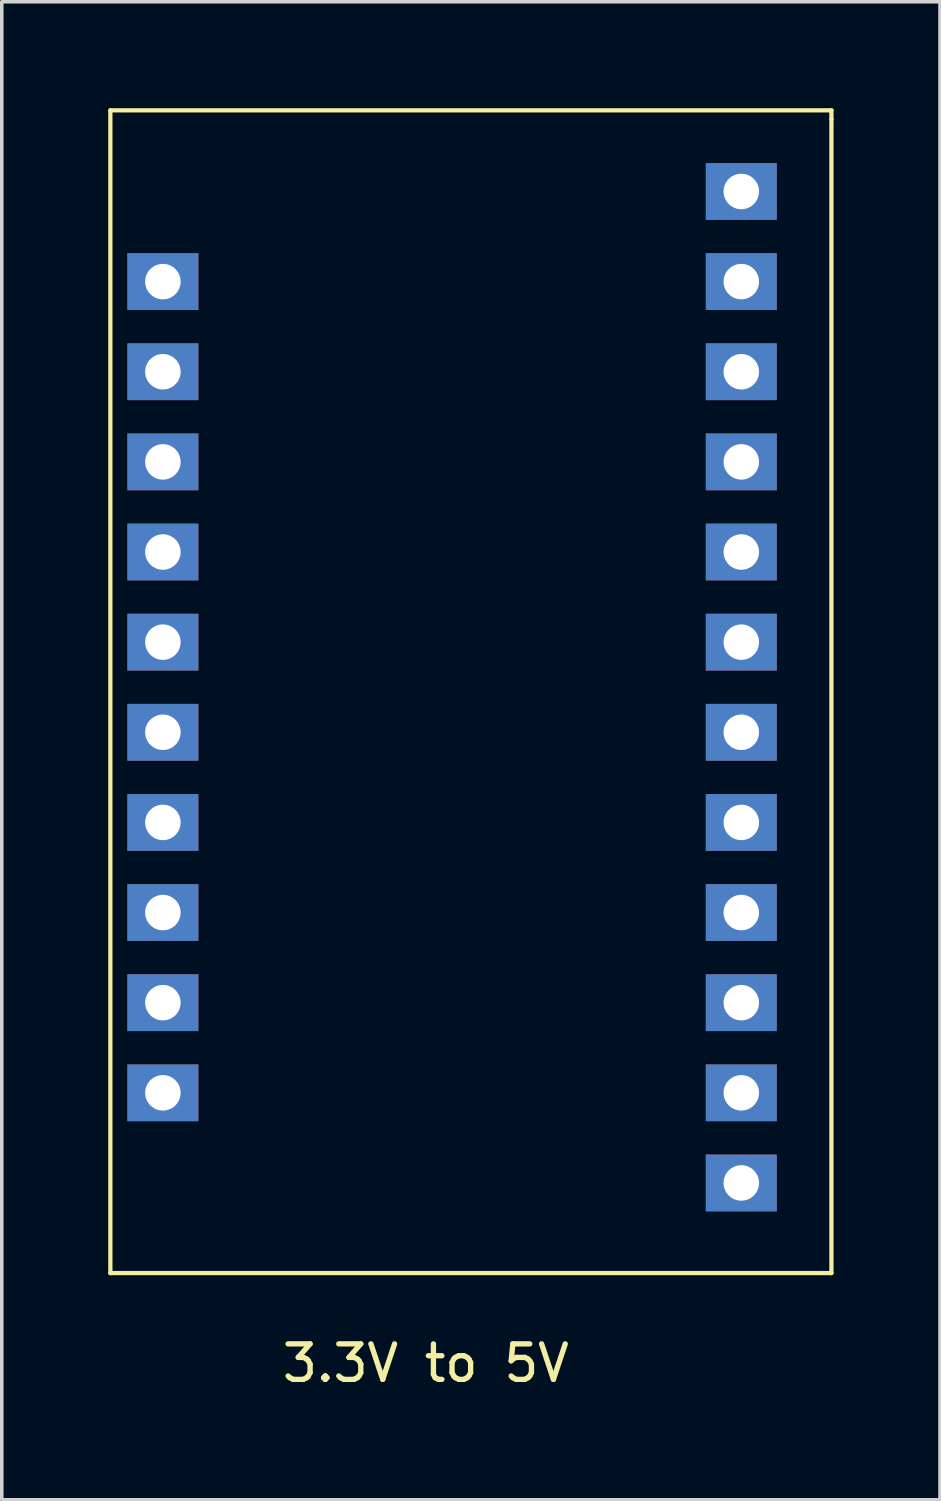
<source format=kicad_pcb>
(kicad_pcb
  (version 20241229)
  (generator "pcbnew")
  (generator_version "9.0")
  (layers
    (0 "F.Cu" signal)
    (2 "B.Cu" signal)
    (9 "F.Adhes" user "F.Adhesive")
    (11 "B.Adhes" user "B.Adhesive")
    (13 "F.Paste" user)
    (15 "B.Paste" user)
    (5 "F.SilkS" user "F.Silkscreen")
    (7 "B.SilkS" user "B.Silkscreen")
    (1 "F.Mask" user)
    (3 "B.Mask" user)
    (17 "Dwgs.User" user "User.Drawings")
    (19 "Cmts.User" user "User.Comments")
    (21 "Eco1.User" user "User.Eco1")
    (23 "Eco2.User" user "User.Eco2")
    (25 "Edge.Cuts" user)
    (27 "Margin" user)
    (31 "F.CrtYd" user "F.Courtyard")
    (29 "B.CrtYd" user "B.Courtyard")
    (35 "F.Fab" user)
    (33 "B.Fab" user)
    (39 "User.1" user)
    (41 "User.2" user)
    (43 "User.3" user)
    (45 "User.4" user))
  (footprint "3.3V to 5V"
    (layer "F.Cu")
    (at 17.84 2.346)
    (property "Reference" "3.3V to 5V" (at -8.89 33.02 0) (layer "F.SilkS") (effects (font (size 1 1) (thickness 0.15))))
    (attr through_hole)
    (fp_line (start -17.78 -2.286) (end -17.78 30.48) (stroke (width 0.12) (type solid)) (layer "F.SilkS"))
    (fp_line (start -17.78 30.48) (end 2.54 30.48) (stroke (width 0.12) (type solid)) (layer "F.SilkS"))
    (fp_line (start 2.54 -2.286) (end -17.78 -2.286) (stroke (width 0.12) (type solid)) (layer "F.SilkS"))
    (fp_line (start 2.54 -2.032) (end 2.54 -2.286) (stroke (width 0.12) (type solid)) (layer "F.SilkS"))
    (fp_line (start 2.54 30.48) (end 2.54 -2.032) (stroke (width 0.12) (type solid)) (layer "F.SilkS"))
    (pad "1" thru_hole rect (at 0 0) (size 2 1.6) (drill 1) (layers "*.Cu" "*.Mask"))
    (pad "2" thru_hole rect (at 0 2.54) (size 2 1.6) (drill 1) (layers "*.Cu" "*.Mask"))
    (pad "3" thru_hole rect (at 0 5.08) (size 2 1.6) (drill 1) (layers "*.Cu" "*.Mask"))
    (pad "4" thru_hole rect (at 0 7.62) (size 2 1.6) (drill 1) (layers "*.Cu" "*.Mask"))
    (pad "5" thru_hole rect (at 0 10.16) (size 2 1.6) (drill 1) (layers "*.Cu" "*.Mask"))
    (pad "6" thru_hole rect (at 0 12.7) (size 2 1.6) (drill 1) (layers "*.Cu" "*.Mask"))
    (pad "7" thru_hole rect (at 0 15.24) (size 2 1.6) (drill 1) (layers "*.Cu" "*.Mask"))
    (pad "8" thru_hole rect (at 0 17.78) (size 2 1.6) (drill 1) (layers "*.Cu" "*.Mask"))
    (pad "9" thru_hole rect (at 0 20.32) (size 2 1.6) (drill 1) (layers "*.Cu" "*.Mask"))
    (pad "10" thru_hole rect (at 0 22.86) (size 2 1.6) (drill 1) (layers "*.Cu" "*.Mask"))
    (pad "11" thru_hole rect (at 0 25.4) (size 2 1.6) (drill 1) (layers "*.Cu" "*.Mask"))
    (pad "12" thru_hole rect (at 0 27.94) (size 2 1.6) (drill 1) (layers "*.Cu" "*.Mask"))
    (pad "13" thru_hole rect (at -16.3 25.4) (size 2 1.6) (drill 1) (layers "*.Cu" "*.Mask"))
    (pad "14" thru_hole rect (at -16.3 22.86) (size 2 1.6) (drill 1) (layers "*.Cu" "*.Mask"))
    (pad "15" thru_hole rect (at -16.3 20.32) (size 2 1.6) (drill 1) (layers "*.Cu" "*.Mask"))
    (pad "16" thru_hole rect (at -16.3 17.78) (size 2 1.6) (drill 1) (layers "*.Cu" "*.Mask"))
    (pad "17" thru_hole rect (at -16.3 15.24) (size 2 1.6) (drill 1) (layers "*.Cu" "*.Mask"))
    (pad "18" thru_hole rect (at -16.3 12.7) (size 2 1.6) (drill 1) (layers "*.Cu" "*.Mask"))
    (pad "19" thru_hole rect (at -16.3 10.16) (size 2 1.6) (drill 1) (layers "*.Cu" "*.Mask"))
    (pad "20" thru_hole rect (at -16.3 7.62) (size 2 1.6) (drill 1) (layers "*.Cu" "*.Mask"))
    (pad "21" thru_hole rect (at -16.3 5.08) (size 2 1.6) (drill 1) (layers "*.Cu" "*.Mask"))
    (pad "22" thru_hole rect (at -16.3 2.54) (size 2 1.6) (drill 1) (layers "*.Cu" "*.Mask")))
  (gr_rect
    (start -3 -3)
    (end 23.44 39.214)
    (stroke (width 0.1) (type default))
    (fill no)
    (layer "Edge.Cuts")))
</source>
